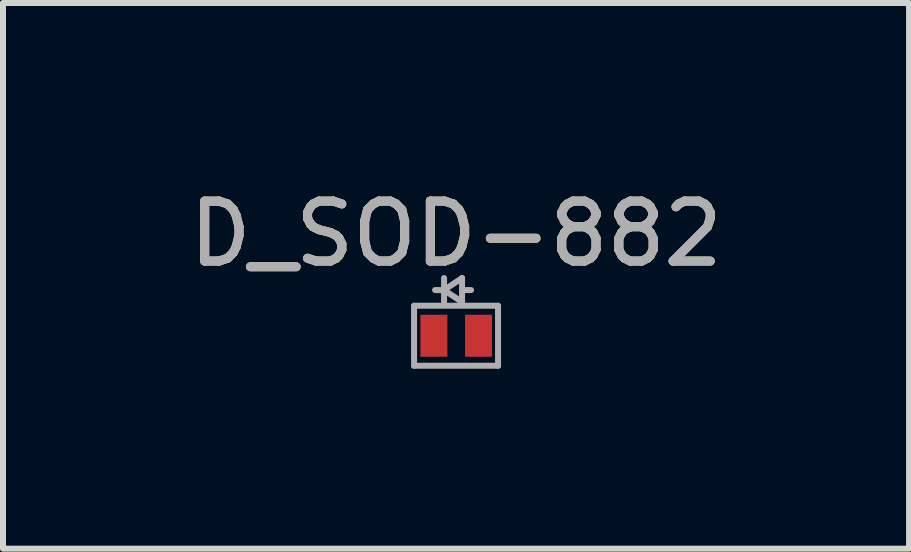
<source format=kicad_pcb>
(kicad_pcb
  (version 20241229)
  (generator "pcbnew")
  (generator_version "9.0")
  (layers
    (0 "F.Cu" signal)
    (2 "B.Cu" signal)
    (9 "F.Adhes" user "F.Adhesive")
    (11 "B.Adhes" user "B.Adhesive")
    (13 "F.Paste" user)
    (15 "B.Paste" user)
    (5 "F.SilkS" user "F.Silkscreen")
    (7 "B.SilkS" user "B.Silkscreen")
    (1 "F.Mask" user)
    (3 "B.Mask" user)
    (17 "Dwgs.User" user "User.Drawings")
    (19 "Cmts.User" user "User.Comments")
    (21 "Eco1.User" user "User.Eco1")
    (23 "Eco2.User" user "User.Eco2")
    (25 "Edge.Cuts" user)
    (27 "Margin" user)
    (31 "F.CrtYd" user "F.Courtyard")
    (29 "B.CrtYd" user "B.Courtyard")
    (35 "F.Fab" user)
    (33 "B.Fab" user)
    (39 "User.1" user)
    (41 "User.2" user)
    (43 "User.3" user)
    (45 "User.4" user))
  (footprint "D_SOD-882"
    (layer "F.Cu")
    (at 4.554 2.548)
    (property "Reference" "D_SOD-882" (at 0 -1.7 0) (layer "F.SilkS") (effects (font (size 1 1) (thickness 0.15))))
    (attr smd)
    (fp_line (start -0.7 -0.5) (end -0.7 0.5) (stroke (width 0.1) (type solid)) (layer "F.Fab"))
    (fp_line (start -0.2 -0.762) (end -0.35 -0.762) (stroke (width 0.1) (type solid)) (layer "F.Fab"))
    (fp_line (start -0.2 -0.762) (end 0.1 -0.562) (stroke (width 0.1) (type solid)) (layer "F.Fab"))
    (fp_line (start -0.2 -0.562) (end -0.2 -0.962) (stroke (width 0.1) (type solid)) (layer "F.Fab"))
    (fp_line (start 0.1 -0.962) (end -0.2 -0.762) (stroke (width 0.1) (type solid)) (layer "F.Fab"))
    (fp_line (start 0.1 -0.762) (end 0.25 -0.762) (stroke (width 0.1) (type solid)) (layer "F.Fab"))
    (fp_line (start 0.1 -0.562) (end 0.1 -0.962) (stroke (width 0.1) (type solid)) (layer "F.Fab"))
    (fp_line (start 0.7 -0.5) (end -0.7 -0.5) (stroke (width 0.1) (type solid)) (layer "F.Fab"))
    (fp_line (start 0.7 0.5) (end -0.7 0.5) (stroke (width 0.1) (type solid)) (layer "F.Fab"))
    (fp_line (start 0.7 0.5) (end 0.7 -0.5) (stroke (width 0.1) (type solid)) (layer "F.Fab"))
    (fp_text user "${REFERENCE}" (at 0 -1.7 0) (layer "F.Fab") (effects (font (size 1 1) (thickness 0.15))))
    (pad "1" smd rect (at -0.37 0) (size 0.45 0.7) (layers "F.Cu" "F.Mask" "F.Paste"))
    (pad "2" smd rect (at 0.375 0) (size 0.45 0.7) (layers "F.Cu" "F.Mask" "F.Paste")))
  (gr_rect
    (start -3 -3)
    (end 12.107 6.098)
    (stroke (width 0.1) (type default))
    (fill no)
    (layer "Edge.Cuts")))
</source>
